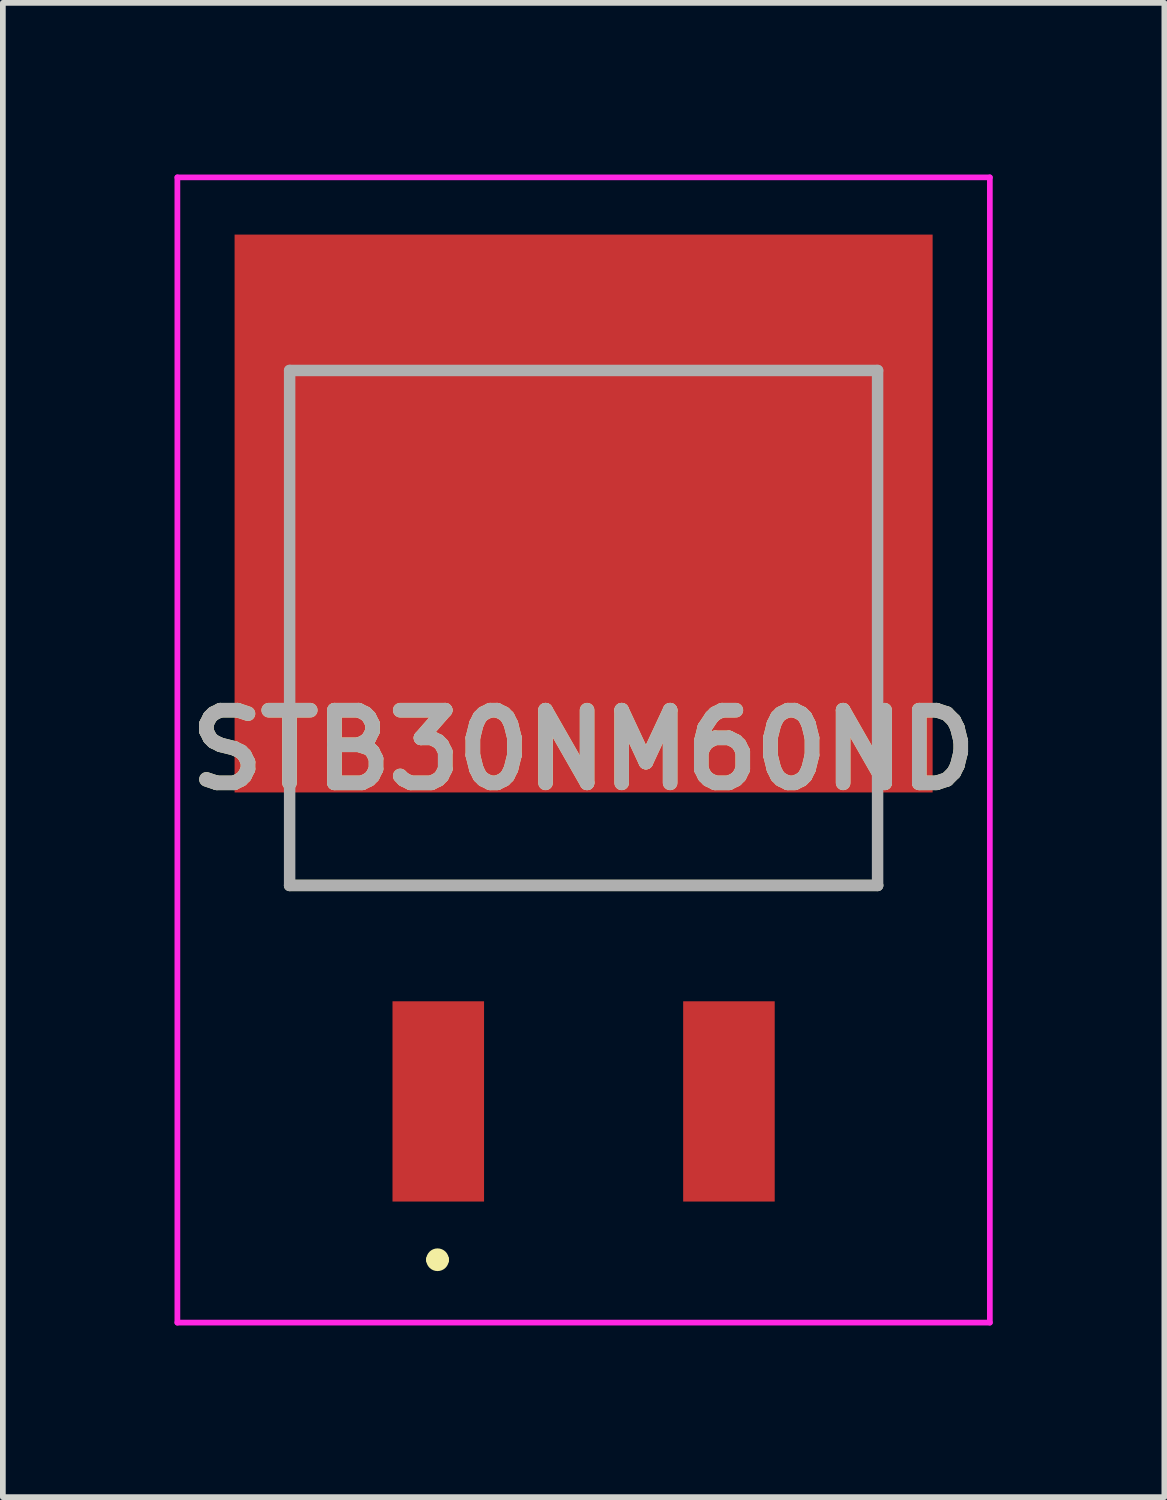
<source format=kicad_pcb>
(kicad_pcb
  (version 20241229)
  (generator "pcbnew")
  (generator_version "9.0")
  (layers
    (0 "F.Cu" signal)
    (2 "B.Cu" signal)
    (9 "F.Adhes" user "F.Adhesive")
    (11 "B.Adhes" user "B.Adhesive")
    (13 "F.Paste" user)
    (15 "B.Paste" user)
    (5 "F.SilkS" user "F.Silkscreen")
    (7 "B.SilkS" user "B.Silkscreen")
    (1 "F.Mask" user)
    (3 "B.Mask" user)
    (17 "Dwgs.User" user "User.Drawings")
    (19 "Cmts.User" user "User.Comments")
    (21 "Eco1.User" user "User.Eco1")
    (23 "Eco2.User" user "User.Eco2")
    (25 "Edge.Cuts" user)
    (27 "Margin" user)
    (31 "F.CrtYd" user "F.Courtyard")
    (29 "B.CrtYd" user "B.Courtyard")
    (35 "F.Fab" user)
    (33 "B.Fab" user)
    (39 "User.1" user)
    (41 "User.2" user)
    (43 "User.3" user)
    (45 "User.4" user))
  (footprint "STB30NM60ND"
    (layer "F.Cu")
    (at 7.15 3.425)
    (property "Reference" "STB30NM60ND" (at 0 6.633 0) (layer "F.SilkS") (effects (font (size 1.27 1.27) (thickness 0.254))))
    (attr smd)
    (fp_line (start -5.138 9) (end 5.138 9) (stroke (width 0.2) (type solid)) (layer "F.SilkS"))
    (fp_line (start -2.652 15.542) (end -2.652 15.542) (stroke (width 0.198) (type solid)) (layer "F.SilkS"))
    (fp_line (start -2.454 15.542) (end -2.454 15.542) (stroke (width 0.198) (type solid)) (layer "F.SilkS"))
    (fp_arc (start -2.652 15.542) (mid -2.553 15.443) (end -2.454 15.542) (stroke (width 0.19849) (type solid)) (layer "F.SilkS"))
    (fp_arc (start -2.454 15.542) (mid -2.553 15.641) (end -2.652 15.542) (stroke (width 0.19849) (type solid)) (layer "F.SilkS"))
    (fp_line (start -7.1 -3.375) (end 7.1 -3.375) (stroke (width 0.1) (type solid)) (layer "F.CrtYd"))
    (fp_line (start -7.1 16.641) (end -7.1 -3.375) (stroke (width 0.1) (type solid)) (layer "F.CrtYd"))
    (fp_line (start 7.1 -3.375) (end 7.1 16.641) (stroke (width 0.1) (type solid)) (layer "F.CrtYd"))
    (fp_line (start 7.1 16.641) (end -7.1 16.641) (stroke (width 0.1) (type solid)) (layer "F.CrtYd"))
    (fp_line (start -5.138 0) (end 5.138 0) (stroke (width 0.2) (type solid)) (layer "F.Fab"))
    (fp_line (start -5.138 9) (end -5.138 0) (stroke (width 0.2) (type solid)) (layer "F.Fab"))
    (fp_line (start 5.138 0) (end 5.138 9) (stroke (width 0.2) (type solid)) (layer "F.Fab"))
    (fp_line (start 5.138 9) (end -5.138 9) (stroke (width 0.2) (type solid)) (layer "F.Fab"))
    (fp_text user "${REFERENCE}" (at 0 6.633 0) (layer "F.Fab") (effects (font (size 1.27 1.27) (thickness 0.254))))
    (pad "1" smd rect (at -2.54 12.775) (size 1.6 3.5) (layers "F.Cu" "F.Mask" "F.Paste"))
    (pad "2" smd rect (at 2.54 12.775) (size 1.6 3.5) (layers "F.Cu" "F.Mask" "F.Paste"))
    (pad "3" smd rect (at 0 2.5 90) (size 9.75 12.2) (layers "F.Cu" "F.Mask" "F.Paste")))
  (gr_rect
    (start -3 -3)
    (end 17.3 23.116)
    (stroke (width 0.1) (type default))
    (fill no)
    (layer "Edge.Cuts")))
</source>
